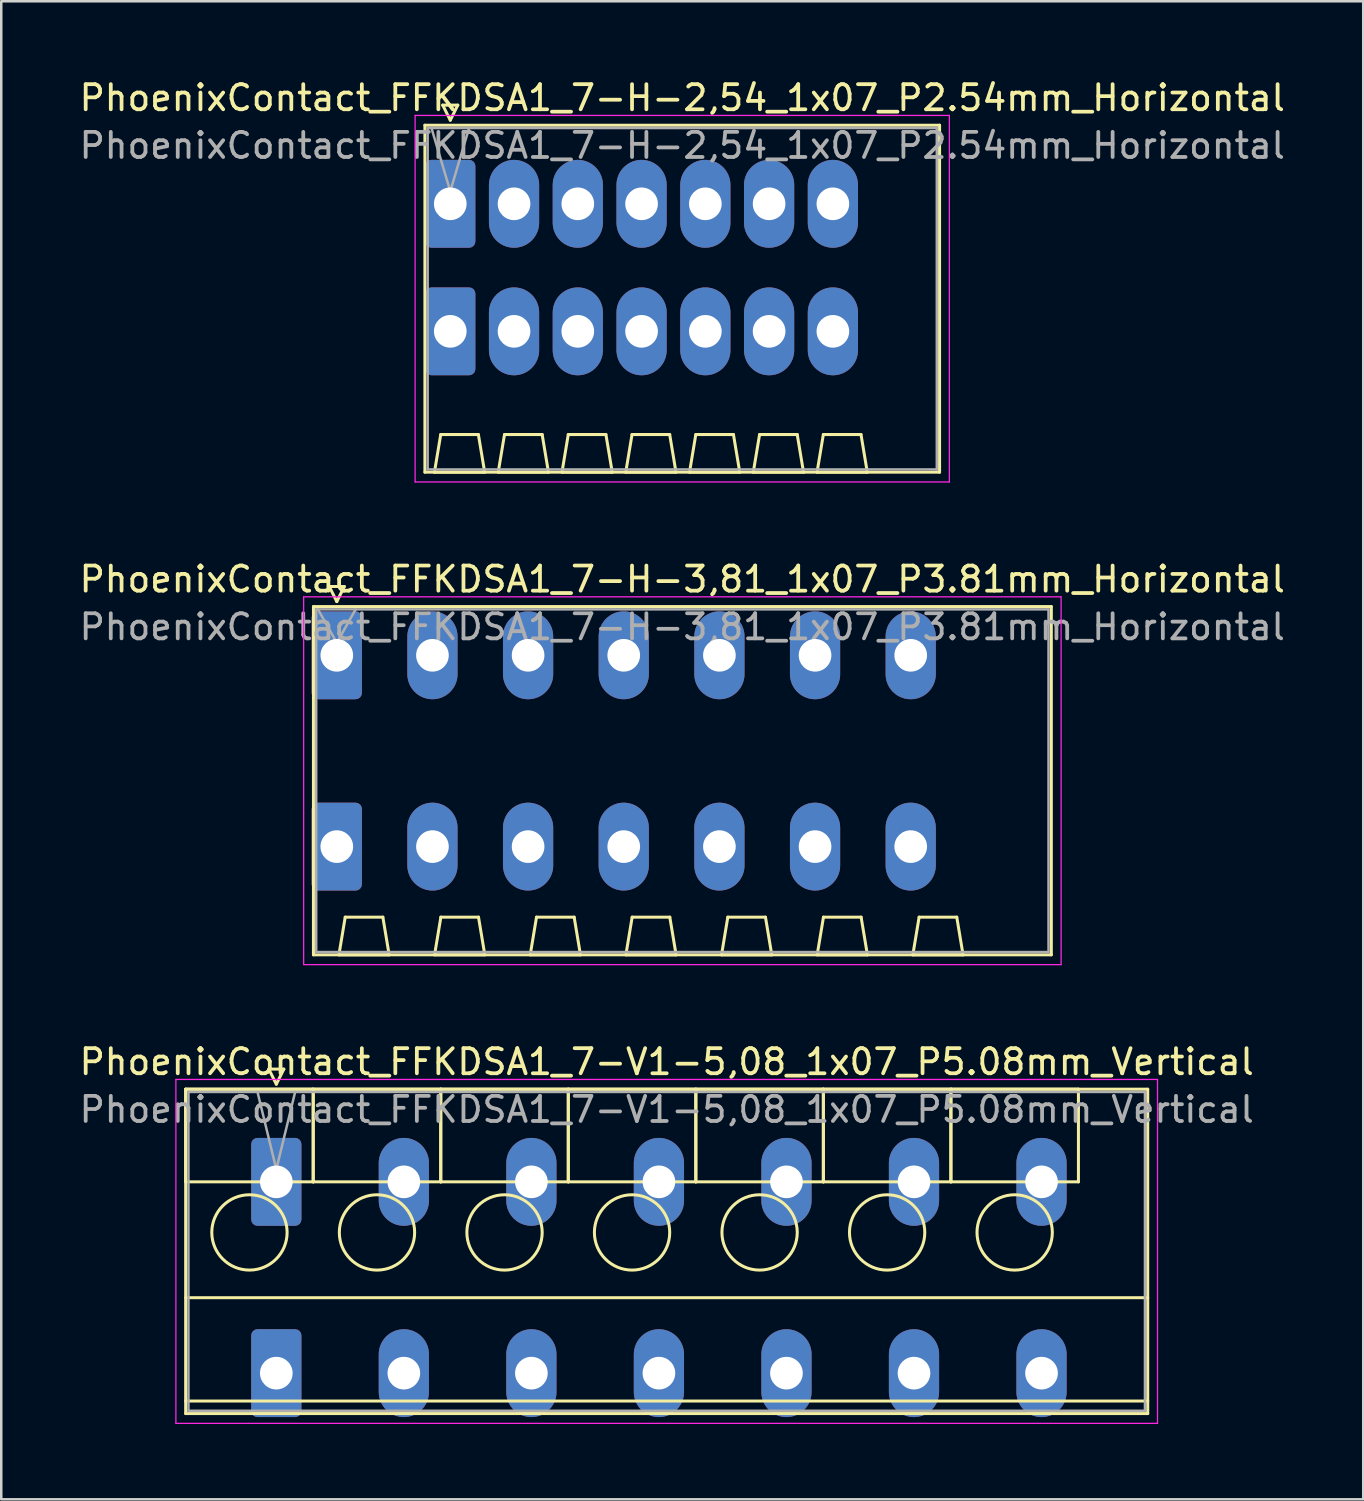
<source format=kicad_pcb>
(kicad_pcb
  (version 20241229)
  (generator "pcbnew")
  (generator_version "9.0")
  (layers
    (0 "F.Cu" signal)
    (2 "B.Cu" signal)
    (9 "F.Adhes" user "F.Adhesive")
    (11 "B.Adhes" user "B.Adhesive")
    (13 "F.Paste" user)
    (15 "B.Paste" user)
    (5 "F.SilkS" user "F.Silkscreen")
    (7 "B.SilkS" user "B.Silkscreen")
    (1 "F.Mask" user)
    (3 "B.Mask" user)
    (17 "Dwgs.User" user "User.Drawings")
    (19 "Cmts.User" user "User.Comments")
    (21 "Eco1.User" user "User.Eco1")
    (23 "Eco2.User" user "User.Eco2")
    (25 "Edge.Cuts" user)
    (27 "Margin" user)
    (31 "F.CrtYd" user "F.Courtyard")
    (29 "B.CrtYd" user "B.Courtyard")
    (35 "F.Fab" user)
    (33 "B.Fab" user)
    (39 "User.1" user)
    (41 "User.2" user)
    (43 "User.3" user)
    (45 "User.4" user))
  (footprint "PhoenixContact_FFKDSA1_7-V1-5,08_1x07_P5.08mm_Vertical"
    (layer "F.Cu")
    (at 7.956 44.025)
    (property "Reference" "PhoenixContact_FFKDSA1_7-V1-5,08_1x07_P5.08mm_Vertical" (at 15.55 -4.78 0) (layer "F.SilkS") (effects (font (size 1 1) (thickness 0.15))))
    (attr through_hole)
    (fp_line (start -3.61 -3.69) (end -3.61 0) (stroke (width 0.12) (type solid)) (layer "F.SilkS"))
    (fp_line (start -3.61 -3.69) (end -3.61 9.23) (stroke (width 0.12) (type solid)) (layer "F.SilkS"))
    (fp_line (start -3.61 0) (end 1.47 0) (stroke (width 0.12) (type solid)) (layer "F.SilkS"))
    (fp_line (start -3.61 4.615) (end 34.71 4.615) (stroke (width 0.12) (type solid)) (layer "F.SilkS"))
    (fp_line (start -3.61 8.73) (end 34.71 8.73) (stroke (width 0.12) (type solid)) (layer "F.SilkS"))
    (fp_line (start -3.61 9.23) (end 34.71 9.23) (stroke (width 0.12) (type solid)) (layer "F.SilkS"))
    (fp_line (start -0.3 -4.49) (end 0.3 -4.49) (stroke (width 0.12) (type solid)) (layer "F.SilkS"))
    (fp_line (start 0 -3.89) (end -0.3 -4.49) (stroke (width 0.12) (type solid)) (layer "F.SilkS"))
    (fp_line (start 0.3 -4.49) (end 0 -3.89) (stroke (width 0.12) (type solid)) (layer "F.SilkS"))
    (fp_line (start 1.47 -3.69) (end -3.61 -3.69) (stroke (width 0.12) (type solid)) (layer "F.SilkS"))
    (fp_line (start 1.47 -3.69) (end 1.47 0) (stroke (width 0.12) (type solid)) (layer "F.SilkS"))
    (fp_line (start 1.47 0) (end 1.47 -3.69) (stroke (width 0.12) (type solid)) (layer "F.SilkS"))
    (fp_line (start 1.47 0) (end 6.55 0) (stroke (width 0.12) (type solid)) (layer "F.SilkS"))
    (fp_line (start 6.55 -3.69) (end 1.47 -3.69) (stroke (width 0.12) (type solid)) (layer "F.SilkS"))
    (fp_line (start 6.55 -3.69) (end 6.55 0) (stroke (width 0.12) (type solid)) (layer "F.SilkS"))
    (fp_line (start 6.55 0) (end 6.55 -3.69) (stroke (width 0.12) (type solid)) (layer "F.SilkS"))
    (fp_line (start 6.55 0) (end 11.63 0) (stroke (width 0.12) (type solid)) (layer "F.SilkS"))
    (fp_line (start 11.63 -3.69) (end 6.55 -3.69) (stroke (width 0.12) (type solid)) (layer "F.SilkS"))
    (fp_line (start 11.63 -3.69) (end 11.63 0) (stroke (width 0.12) (type solid)) (layer "F.SilkS"))
    (fp_line (start 11.63 0) (end 11.63 -3.69) (stroke (width 0.12) (type solid)) (layer "F.SilkS"))
    (fp_line (start 11.63 0) (end 16.71 0) (stroke (width 0.12) (type solid)) (layer "F.SilkS"))
    (fp_line (start 16.71 -3.69) (end 11.63 -3.69) (stroke (width 0.12) (type solid)) (layer "F.SilkS"))
    (fp_line (start 16.71 -3.69) (end 16.71 0) (stroke (width 0.12) (type solid)) (layer "F.SilkS"))
    (fp_line (start 16.71 0) (end 16.71 -3.69) (stroke (width 0.12) (type solid)) (layer "F.SilkS"))
    (fp_line (start 16.71 0) (end 21.79 0) (stroke (width 0.12) (type solid)) (layer "F.SilkS"))
    (fp_line (start 21.79 -3.69) (end 16.71 -3.69) (stroke (width 0.12) (type solid)) (layer "F.SilkS"))
    (fp_line (start 21.79 -3.69) (end 21.79 0) (stroke (width 0.12) (type solid)) (layer "F.SilkS"))
    (fp_line (start 21.79 0) (end 21.79 -3.69) (stroke (width 0.12) (type solid)) (layer "F.SilkS"))
    (fp_line (start 21.79 0) (end 26.87 0) (stroke (width 0.12) (type solid)) (layer "F.SilkS"))
    (fp_line (start 26.87 -3.69) (end 21.79 -3.69) (stroke (width 0.12) (type solid)) (layer "F.SilkS"))
    (fp_line (start 26.87 -3.69) (end 26.87 0) (stroke (width 0.12) (type solid)) (layer "F.SilkS"))
    (fp_line (start 26.87 0) (end 26.87 -3.69) (stroke (width 0.12) (type solid)) (layer "F.SilkS"))
    (fp_line (start 26.87 0) (end 31.95 0) (stroke (width 0.12) (type solid)) (layer "F.SilkS"))
    (fp_line (start 31.95 -3.69) (end 26.87 -3.69) (stroke (width 0.12) (type solid)) (layer "F.SilkS"))
    (fp_line (start 31.95 0) (end 31.95 -3.69) (stroke (width 0.12) (type solid)) (layer "F.SilkS"))
    (fp_line (start 34.71 -3.69) (end -3.61 -3.69) (stroke (width 0.12) (type solid)) (layer "F.SilkS"))
    (fp_line (start 34.71 9.23) (end 34.71 -3.69) (stroke (width 0.12) (type solid)) (layer "F.SilkS"))
    (fp_circle (center -1.07 2.015) (end 0.43 2.015) (stroke (width 0.12) (type solid)) (fill no) (layer "F.SilkS"))
    (fp_circle (center 4.01 2.015) (end 5.51 2.015) (stroke (width 0.12) (type solid)) (fill no) (layer "F.SilkS"))
    (fp_circle (center 9.09 2.015) (end 10.59 2.015) (stroke (width 0.12) (type solid)) (fill no) (layer "F.SilkS"))
    (fp_circle (center 14.17 2.015) (end 15.67 2.015) (stroke (width 0.12) (type solid)) (fill no) (layer "F.SilkS"))
    (fp_circle (center 19.25 2.015) (end 20.75 2.015) (stroke (width 0.12) (type solid)) (fill no) (layer "F.SilkS"))
    (fp_circle (center 24.33 2.015) (end 25.83 2.015) (stroke (width 0.12) (type solid)) (fill no) (layer "F.SilkS"))
    (fp_circle (center 29.41 2.015) (end 30.91 2.015) (stroke (width 0.12) (type solid)) (fill no) (layer "F.SilkS"))
    (fp_line (start -4 -4.08) (end -4 9.62) (stroke (width 0.05) (type solid)) (layer "F.CrtYd"))
    (fp_line (start -4 9.62) (end 35.1 9.62) (stroke (width 0.05) (type solid)) (layer "F.CrtYd"))
    (fp_line (start 35.1 -4.08) (end -4 -4.08) (stroke (width 0.05) (type solid)) (layer "F.CrtYd"))
    (fp_line (start 35.1 9.62) (end 35.1 -4.08) (stroke (width 0.05) (type solid)) (layer "F.CrtYd"))
    (fp_line (start -3.5 -3.58) (end -3.5 9.12) (stroke (width 0.1) (type solid)) (layer "F.Fab"))
    (fp_line (start -3.5 9.12) (end 34.6 9.12) (stroke (width 0.1) (type solid)) (layer "F.Fab"))
    (fp_line (start 0 -0.5) (end -0.75 -3.58) (stroke (width 0.1) (type solid)) (layer "F.Fab"))
    (fp_line (start 0.75 -3.58) (end 0 -0.5) (stroke (width 0.1) (type solid)) (layer "F.Fab"))
    (fp_line (start 34.6 -3.58) (end -3.5 -3.58) (stroke (width 0.1) (type solid)) (layer "F.Fab"))
    (fp_line (start 34.6 9.12) (end 34.6 -3.58) (stroke (width 0.1) (type solid)) (layer "F.Fab"))
    (fp_text user "${REFERENCE}" (at 15.55 -2.88 0) (layer "F.Fab") (effects (font (size 1 1) (thickness 0.15))))
    (pad "1" thru_hole roundrect (at 0 0) (size 2 3.5) (drill 1.3) (layers "*.Cu" "*.Mask") (roundrect_rratio 0.125))
    (pad "1" thru_hole roundrect (at 0 7.62) (size 2 3.5) (drill 1.3) (layers "*.Cu" "*.Mask") (roundrect_rratio 0.125))
    (pad "2" thru_hole oval (at 5.08 0) (size 2 3.5) (drill 1.3) (layers "*.Cu" "*.Mask"))
    (pad "2" thru_hole oval (at 5.08 7.62) (size 2 3.5) (drill 1.3) (layers "*.Cu" "*.Mask"))
    (pad "3" thru_hole oval (at 10.16 0) (size 2 3.5) (drill 1.3) (layers "*.Cu" "*.Mask"))
    (pad "3" thru_hole oval (at 10.16 7.62) (size 2 3.5) (drill 1.3) (layers "*.Cu" "*.Mask"))
    (pad "4" thru_hole oval (at 15.24 0) (size 2 3.5) (drill 1.3) (layers "*.Cu" "*.Mask"))
    (pad "4" thru_hole oval (at 15.24 7.62) (size 2 3.5) (drill 1.3) (layers "*.Cu" "*.Mask"))
    (pad "5" thru_hole oval (at 20.32 0) (size 2 3.5) (drill 1.3) (layers "*.Cu" "*.Mask"))
    (pad "5" thru_hole oval (at 20.32 7.62) (size 2 3.5) (drill 1.3) (layers "*.Cu" "*.Mask"))
    (pad "6" thru_hole oval (at 25.4 0) (size 2 3.5) (drill 1.3) (layers "*.Cu" "*.Mask"))
    (pad "6" thru_hole oval (at 25.4 7.62) (size 2 3.5) (drill 1.3) (layers "*.Cu" "*.Mask"))
    (pad "7" thru_hole oval (at 30.48 0) (size 2 3.5) (drill 1.3) (layers "*.Cu" "*.Mask"))
    (pad "7" thru_hole oval (at 30.48 7.62) (size 2 3.5) (drill 1.3) (layers "*.Cu" "*.Mask")))
  (footprint "PhoenixContact_FFKDSA1_7-H-3,81_1x07_P3.81mm_Horizontal"
    (layer "F.Cu")
    (at 10.365 23.052)
    (property "Reference" "PhoenixContact_FFKDSA1_7-H-3,81_1x07_P3.81mm_Horizontal" (at 13.76 -3.03 0) (layer "F.SilkS") (effects (font (size 1 1) (thickness 0.15))))
    (attr through_hole)
    (fp_line (start -0.93 -1.94) (end -0.93 11.93) (stroke (width 0.12) (type solid)) (layer "F.SilkS"))
    (fp_line (start -0.93 11.93) (end 28.46 11.93) (stroke (width 0.12) (type solid)) (layer "F.SilkS"))
    (fp_line (start -0.3 -2.74) (end 0.3 -2.74) (stroke (width 0.12) (type solid)) (layer "F.SilkS"))
    (fp_line (start 0 -2.14) (end -0.3 -2.74) (stroke (width 0.12) (type solid)) (layer "F.SilkS"))
    (fp_line (start 0.085 11.93) (end 2.085 11.93) (stroke (width 0.12) (type solid)) (layer "F.SilkS"))
    (fp_line (start 0.3 -2.74) (end 0 -2.14) (stroke (width 0.12) (type solid)) (layer "F.SilkS"))
    (fp_line (start 0.335 10.43) (end 0.085 11.93) (stroke (width 0.12) (type solid)) (layer "F.SilkS"))
    (fp_line (start 1.835 10.43) (end 0.335 10.43) (stroke (width 0.12) (type solid)) (layer "F.SilkS"))
    (fp_line (start 2.085 11.93) (end 1.835 10.43) (stroke (width 0.12) (type solid)) (layer "F.SilkS"))
    (fp_line (start 3.895 11.93) (end 5.895 11.93) (stroke (width 0.12) (type solid)) (layer "F.SilkS"))
    (fp_line (start 4.145 10.43) (end 3.895 11.93) (stroke (width 0.12) (type solid)) (layer "F.SilkS"))
    (fp_line (start 5.645 10.43) (end 4.145 10.43) (stroke (width 0.12) (type solid)) (layer "F.SilkS"))
    (fp_line (start 5.895 11.93) (end 5.645 10.43) (stroke (width 0.12) (type solid)) (layer "F.SilkS"))
    (fp_line (start 7.705 11.93) (end 9.705 11.93) (stroke (width 0.12) (type solid)) (layer "F.SilkS"))
    (fp_line (start 7.955 10.43) (end 7.705 11.93) (stroke (width 0.12) (type solid)) (layer "F.SilkS"))
    (fp_line (start 9.455 10.43) (end 7.955 10.43) (stroke (width 0.12) (type solid)) (layer "F.SilkS"))
    (fp_line (start 9.705 11.93) (end 9.455 10.43) (stroke (width 0.12) (type solid)) (layer "F.SilkS"))
    (fp_line (start 11.515 11.93) (end 13.515 11.93) (stroke (width 0.12) (type solid)) (layer "F.SilkS"))
    (fp_line (start 11.765 10.43) (end 11.515 11.93) (stroke (width 0.12) (type solid)) (layer "F.SilkS"))
    (fp_line (start 13.265 10.43) (end 11.765 10.43) (stroke (width 0.12) (type solid)) (layer "F.SilkS"))
    (fp_line (start 13.515 11.93) (end 13.265 10.43) (stroke (width 0.12) (type solid)) (layer "F.SilkS"))
    (fp_line (start 15.325 11.93) (end 17.325 11.93) (stroke (width 0.12) (type solid)) (layer "F.SilkS"))
    (fp_line (start 15.575 10.43) (end 15.325 11.93) (stroke (width 0.12) (type solid)) (layer "F.SilkS"))
    (fp_line (start 17.075 10.43) (end 15.575 10.43) (stroke (width 0.12) (type solid)) (layer "F.SilkS"))
    (fp_line (start 17.325 11.93) (end 17.075 10.43) (stroke (width 0.12) (type solid)) (layer "F.SilkS"))
    (fp_line (start 19.135 11.93) (end 21.135 11.93) (stroke (width 0.12) (type solid)) (layer "F.SilkS"))
    (fp_line (start 19.385 10.43) (end 19.135 11.93) (stroke (width 0.12) (type solid)) (layer "F.SilkS"))
    (fp_line (start 20.885 10.43) (end 19.385 10.43) (stroke (width 0.12) (type solid)) (layer "F.SilkS"))
    (fp_line (start 21.135 11.93) (end 20.885 10.43) (stroke (width 0.12) (type solid)) (layer "F.SilkS"))
    (fp_line (start 22.945 11.93) (end 24.945 11.93) (stroke (width 0.12) (type solid)) (layer "F.SilkS"))
    (fp_line (start 23.195 10.43) (end 22.945 11.93) (stroke (width 0.12) (type solid)) (layer "F.SilkS"))
    (fp_line (start 24.695 10.43) (end 23.195 10.43) (stroke (width 0.12) (type solid)) (layer "F.SilkS"))
    (fp_line (start 24.945 11.93) (end 24.695 10.43) (stroke (width 0.12) (type solid)) (layer "F.SilkS"))
    (fp_line (start 28.46 -1.94) (end -0.93 -1.94) (stroke (width 0.12) (type solid)) (layer "F.SilkS"))
    (fp_line (start 28.46 11.93) (end 28.46 -1.94) (stroke (width 0.12) (type solid)) (layer "F.SilkS"))
    (fp_line (start -1.32 -2.33) (end -1.32 12.32) (stroke (width 0.05) (type solid)) (layer "F.CrtYd"))
    (fp_line (start -1.32 12.32) (end 28.85 12.32) (stroke (width 0.05) (type solid)) (layer "F.CrtYd"))
    (fp_line (start 28.85 -2.33) (end -1.32 -2.33) (stroke (width 0.05) (type solid)) (layer "F.CrtYd"))
    (fp_line (start 28.85 12.32) (end 28.85 -2.33) (stroke (width 0.05) (type solid)) (layer "F.CrtYd"))
    (fp_line (start -0.82 -1.83) (end -0.82 11.82) (stroke (width 0.1) (type solid)) (layer "F.Fab"))
    (fp_line (start -0.82 11.82) (end 28.35 11.82) (stroke (width 0.1) (type solid)) (layer "F.Fab"))
    (fp_line (start 0 -0.5) (end -0.75 -1.83) (stroke (width 0.1) (type solid)) (layer "F.Fab"))
    (fp_line (start 0.75 -1.83) (end 0 -0.5) (stroke (width 0.1) (type solid)) (layer "F.Fab"))
    (fp_line (start 28.35 -1.83) (end -0.82 -1.83) (stroke (width 0.1) (type solid)) (layer "F.Fab"))
    (fp_line (start 28.35 11.82) (end 28.35 -1.83) (stroke (width 0.1) (type solid)) (layer "F.Fab"))
    (fp_text user "${REFERENCE}" (at 13.76 -1.13 0) (layer "F.Fab") (effects (font (size 1 1) (thickness 0.15))))
    (pad "1" thru_hole roundrect (at 0 0) (size 2 3.5) (drill 1.3) (layers "*.Cu" "*.Mask") (roundrect_rratio 0.125))
    (pad "1" thru_hole roundrect (at 0 7.62) (size 2 3.5) (drill 1.3) (layers "*.Cu" "*.Mask") (roundrect_rratio 0.125))
    (pad "2" thru_hole oval (at 3.81 0) (size 2 3.5) (drill 1.3) (layers "*.Cu" "*.Mask"))
    (pad "2" thru_hole oval (at 3.81 7.62) (size 2 3.5) (drill 1.3) (layers "*.Cu" "*.Mask"))
    (pad "3" thru_hole oval (at 7.62 0) (size 2 3.5) (drill 1.3) (layers "*.Cu" "*.Mask"))
    (pad "3" thru_hole oval (at 7.62 7.62) (size 2 3.5) (drill 1.3) (layers "*.Cu" "*.Mask"))
    (pad "4" thru_hole oval (at 11.43 0) (size 2 3.5) (drill 1.3) (layers "*.Cu" "*.Mask"))
    (pad "4" thru_hole oval (at 11.43 7.62) (size 2 3.5) (drill 1.3) (layers "*.Cu" "*.Mask"))
    (pad "5" thru_hole oval (at 15.24 0) (size 2 3.5) (drill 1.3) (layers "*.Cu" "*.Mask"))
    (pad "5" thru_hole oval (at 15.24 7.62) (size 2 3.5) (drill 1.3) (layers "*.Cu" "*.Mask"))
    (pad "6" thru_hole oval (at 19.05 0) (size 2 3.5) (drill 1.3) (layers "*.Cu" "*.Mask"))
    (pad "6" thru_hole oval (at 19.05 7.62) (size 2 3.5) (drill 1.3) (layers "*.Cu" "*.Mask"))
    (pad "7" thru_hole oval (at 22.86 0) (size 2 3.5) (drill 1.3) (layers "*.Cu" "*.Mask"))
    (pad "7" thru_hole oval (at 22.86 7.62) (size 2 3.5) (drill 1.3) (layers "*.Cu" "*.Mask")))
  (footprint "PhoenixContact_FFKDSA1_7-H-2,54_1x07_P2.54mm_Horizontal"
    (layer "F.Cu")
    (at 14.885 5.068)
    (property "Reference" "PhoenixContact_FFKDSA1_7-H-2,54_1x07_P2.54mm_Horizontal" (at 9.24 -4.22 0) (layer "F.SilkS") (effects (font (size 1 1) (thickness 0.15))))
    (attr through_hole)
    (fp_line (start -1.01 -3.13) (end -1.01 10.69) (stroke (width 0.12) (type solid)) (layer "F.SilkS"))
    (fp_line (start -1.01 10.69) (end 19.49 10.69) (stroke (width 0.12) (type solid)) (layer "F.SilkS"))
    (fp_line (start -0.63 10.69) (end 1.37 10.69) (stroke (width 0.12) (type solid)) (layer "F.SilkS"))
    (fp_line (start -0.38 9.19) (end -0.63 10.69) (stroke (width 0.12) (type solid)) (layer "F.SilkS"))
    (fp_line (start -0.3 -3.93) (end 0.3 -3.93) (stroke (width 0.12) (type solid)) (layer "F.SilkS"))
    (fp_line (start 0 -3.33) (end -0.3 -3.93) (stroke (width 0.12) (type solid)) (layer "F.SilkS"))
    (fp_line (start 0.3 -3.93) (end 0 -3.33) (stroke (width 0.12) (type solid)) (layer "F.SilkS"))
    (fp_line (start 1.12 9.19) (end -0.38 9.19) (stroke (width 0.12) (type solid)) (layer "F.SilkS"))
    (fp_line (start 1.37 10.69) (end 1.12 9.19) (stroke (width 0.12) (type solid)) (layer "F.SilkS"))
    (fp_line (start 1.91 10.69) (end 3.91 10.69) (stroke (width 0.12) (type solid)) (layer "F.SilkS"))
    (fp_line (start 2.16 9.19) (end 1.91 10.69) (stroke (width 0.12) (type solid)) (layer "F.SilkS"))
    (fp_line (start 3.66 9.19) (end 2.16 9.19) (stroke (width 0.12) (type solid)) (layer "F.SilkS"))
    (fp_line (start 3.91 10.69) (end 3.66 9.19) (stroke (width 0.12) (type solid)) (layer "F.SilkS"))
    (fp_line (start 4.45 10.69) (end 6.45 10.69) (stroke (width 0.12) (type solid)) (layer "F.SilkS"))
    (fp_line (start 4.7 9.19) (end 4.45 10.69) (stroke (width 0.12) (type solid)) (layer "F.SilkS"))
    (fp_line (start 6.2 9.19) (end 4.7 9.19) (stroke (width 0.12) (type solid)) (layer "F.SilkS"))
    (fp_line (start 6.45 10.69) (end 6.2 9.19) (stroke (width 0.12) (type solid)) (layer "F.SilkS"))
    (fp_line (start 6.99 10.69) (end 8.99 10.69) (stroke (width 0.12) (type solid)) (layer "F.SilkS"))
    (fp_line (start 7.24 9.19) (end 6.99 10.69) (stroke (width 0.12) (type solid)) (layer "F.SilkS"))
    (fp_line (start 8.74 9.19) (end 7.24 9.19) (stroke (width 0.12) (type solid)) (layer "F.SilkS"))
    (fp_line (start 8.99 10.69) (end 8.74 9.19) (stroke (width 0.12) (type solid)) (layer "F.SilkS"))
    (fp_line (start 9.53 10.69) (end 11.53 10.69) (stroke (width 0.12) (type solid)) (layer "F.SilkS"))
    (fp_line (start 9.78 9.19) (end 9.53 10.69) (stroke (width 0.12) (type solid)) (layer "F.SilkS"))
    (fp_line (start 11.28 9.19) (end 9.78 9.19) (stroke (width 0.12) (type solid)) (layer "F.SilkS"))
    (fp_line (start 11.53 10.69) (end 11.28 9.19) (stroke (width 0.12) (type solid)) (layer "F.SilkS"))
    (fp_line (start 12.07 10.69) (end 14.07 10.69) (stroke (width 0.12) (type solid)) (layer "F.SilkS"))
    (fp_line (start 12.32 9.19) (end 12.07 10.69) (stroke (width 0.12) (type solid)) (layer "F.SilkS"))
    (fp_line (start 13.82 9.19) (end 12.32 9.19) (stroke (width 0.12) (type solid)) (layer "F.SilkS"))
    (fp_line (start 14.07 10.69) (end 13.82 9.19) (stroke (width 0.12) (type solid)) (layer "F.SilkS"))
    (fp_line (start 14.61 10.69) (end 16.61 10.69) (stroke (width 0.12) (type solid)) (layer "F.SilkS"))
    (fp_line (start 14.86 9.19) (end 14.61 10.69) (stroke (width 0.12) (type solid)) (layer "F.SilkS"))
    (fp_line (start 16.36 9.19) (end 14.86 9.19) (stroke (width 0.12) (type solid)) (layer "F.SilkS"))
    (fp_line (start 16.61 10.69) (end 16.36 9.19) (stroke (width 0.12) (type solid)) (layer "F.SilkS"))
    (fp_line (start 19.49 -3.13) (end -1.01 -3.13) (stroke (width 0.12) (type solid)) (layer "F.SilkS"))
    (fp_line (start 19.49 10.69) (end 19.49 -3.13) (stroke (width 0.12) (type solid)) (layer "F.SilkS"))
    (fp_line (start -1.4 -3.52) (end -1.4 11.08) (stroke (width 0.05) (type solid)) (layer "F.CrtYd"))
    (fp_line (start -1.4 11.08) (end 19.88 11.08) (stroke (width 0.05) (type solid)) (layer "F.CrtYd"))
    (fp_line (start 19.88 -3.52) (end -1.4 -3.52) (stroke (width 0.05) (type solid)) (layer "F.CrtYd"))
    (fp_line (start 19.88 11.08) (end 19.88 -3.52) (stroke (width 0.05) (type solid)) (layer "F.CrtYd"))
    (fp_line (start -0.9 -3.02) (end -0.9 10.58) (stroke (width 0.1) (type solid)) (layer "F.Fab"))
    (fp_line (start -0.9 10.58) (end 19.38 10.58) (stroke (width 0.1) (type solid)) (layer "F.Fab"))
    (fp_line (start 0 -0.5) (end -0.75 -3.02) (stroke (width 0.1) (type solid)) (layer "F.Fab"))
    (fp_line (start 0.75 -3.02) (end 0 -0.5) (stroke (width 0.1) (type solid)) (layer "F.Fab"))
    (fp_line (start 19.38 -3.02) (end -0.9 -3.02) (stroke (width 0.1) (type solid)) (layer "F.Fab"))
    (fp_line (start 19.38 10.58) (end 19.38 -3.02) (stroke (width 0.1) (type solid)) (layer "F.Fab"))
    (fp_text user "${REFERENCE}" (at 9.24 -2.32 0) (layer "F.Fab") (effects (font (size 1 1) (thickness 0.15))))
    (pad "1" thru_hole roundrect (at 0 0) (size 2 3.5) (drill 1.3) (layers "*.Cu" "*.Mask") (roundrect_rratio 0.125))
    (pad "1" thru_hole roundrect (at 0 5.08) (size 2 3.5) (drill 1.3) (layers "*.Cu" "*.Mask") (roundrect_rratio 0.125))
    (pad "2" thru_hole oval (at 2.54 0) (size 2 3.5) (drill 1.3) (layers "*.Cu" "*.Mask"))
    (pad "2" thru_hole oval (at 2.54 5.08) (size 2 3.5) (drill 1.3) (layers "*.Cu" "*.Mask"))
    (pad "3" thru_hole oval (at 5.08 0) (size 2 3.5) (drill 1.3) (layers "*.Cu" "*.Mask"))
    (pad "3" thru_hole oval (at 5.08 5.08) (size 2 3.5) (drill 1.3) (layers "*.Cu" "*.Mask"))
    (pad "4" thru_hole oval (at 7.62 0) (size 2 3.5) (drill 1.3) (layers "*.Cu" "*.Mask"))
    (pad "4" thru_hole oval (at 7.62 5.08) (size 2 3.5) (drill 1.3) (layers "*.Cu" "*.Mask"))
    (pad "5" thru_hole oval (at 10.16 0) (size 2 3.5) (drill 1.3) (layers "*.Cu" "*.Mask"))
    (pad "5" thru_hole oval (at 10.16 5.08) (size 2 3.5) (drill 1.3) (layers "*.Cu" "*.Mask"))
    (pad "6" thru_hole oval (at 12.7 0) (size 2 3.5) (drill 1.3) (layers "*.Cu" "*.Mask"))
    (pad "6" thru_hole oval (at 12.7 5.08) (size 2 3.5) (drill 1.3) (layers "*.Cu" "*.Mask"))
    (pad "7" thru_hole oval (at 15.24 0) (size 2 3.5) (drill 1.3) (layers "*.Cu" "*.Mask"))
    (pad "7" thru_hole oval (at 15.24 5.08) (size 2 3.5) (drill 1.3) (layers "*.Cu" "*.Mask")))
  (gr_rect
    (start -3 -3)
    (end 51.25 56.67)
    (stroke (width 0.1) (type default))
    (fill no)
    (layer "Edge.Cuts")))
</source>
